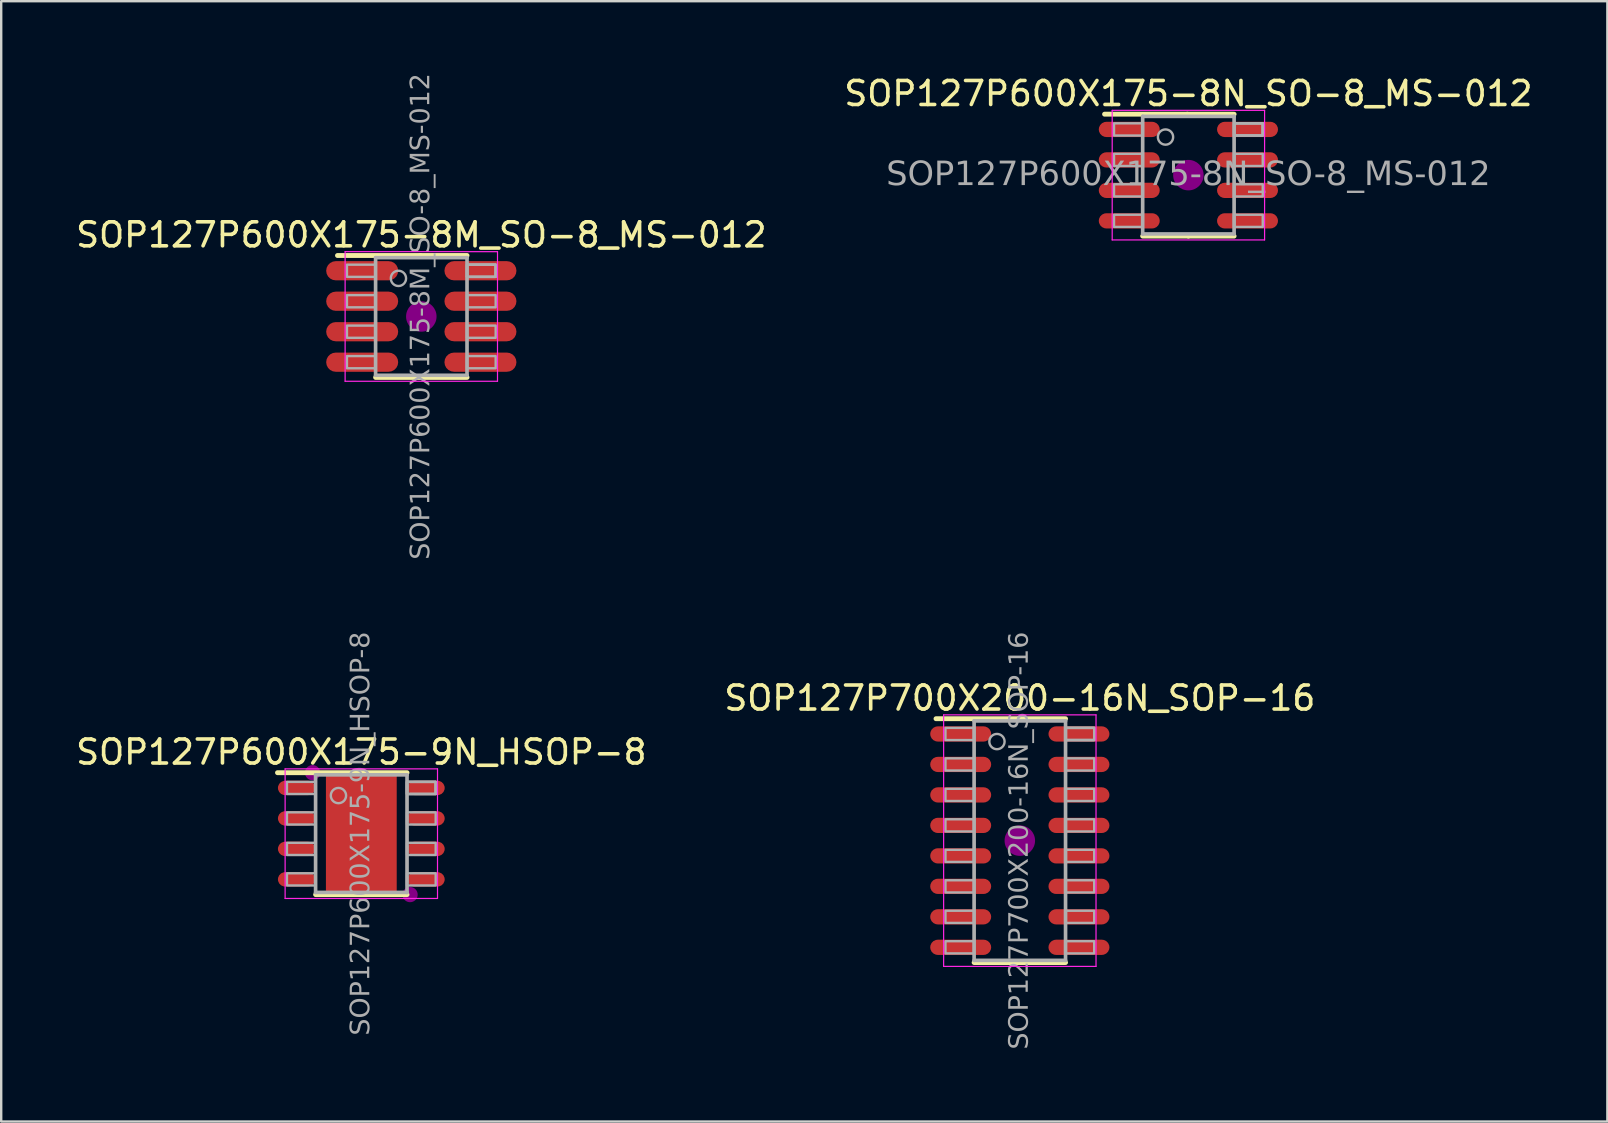
<source format=kicad_pcb>
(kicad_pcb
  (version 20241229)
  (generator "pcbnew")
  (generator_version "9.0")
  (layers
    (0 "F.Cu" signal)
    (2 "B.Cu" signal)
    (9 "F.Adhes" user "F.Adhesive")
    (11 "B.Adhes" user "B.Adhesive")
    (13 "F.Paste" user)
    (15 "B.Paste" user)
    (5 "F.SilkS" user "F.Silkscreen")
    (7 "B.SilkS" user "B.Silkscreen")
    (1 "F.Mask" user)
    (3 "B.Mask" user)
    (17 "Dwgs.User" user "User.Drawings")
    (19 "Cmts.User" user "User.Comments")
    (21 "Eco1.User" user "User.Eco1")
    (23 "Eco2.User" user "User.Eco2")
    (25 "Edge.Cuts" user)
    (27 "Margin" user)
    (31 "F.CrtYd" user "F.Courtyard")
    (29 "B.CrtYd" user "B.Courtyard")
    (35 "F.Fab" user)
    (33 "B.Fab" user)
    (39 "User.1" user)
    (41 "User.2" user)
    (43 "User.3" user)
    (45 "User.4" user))
  (footprint "SOP127P700X200-16N_SOP-16"
    (layer "F.Cu")
    (at 39.446 31.979)
    (property "Reference" "SOP127P700X200-16N_SOP-16" (at 0 -5.94 0) (layer "F.SilkS") (effects (font (size 1 1) (thickness 0.15))))
    (attr smd)
    (fp_line (start -0.043 -5.08) (end -3.493 -5.08) (stroke (width 0.203) (type solid)) (layer "F.SilkS"))
    (fp_line (start -0.043 -5.08) (end 1.905 -5.08) (stroke (width 0.203) (type solid)) (layer "F.SilkS"))
    (fp_line (start 0 5.08) (end -1.905 5.08) (stroke (width 0.203) (type solid)) (layer "F.SilkS"))
    (fp_line (start 0 5.08) (end 1.905 5.08) (stroke (width 0.203) (type solid)) (layer "F.SilkS"))
    (fp_circle (center 0 0) (end 0.635 0) (stroke (width 0) (type solid)) (fill yes) (layer "F.Adhes"))
    (fp_line (start -3.175 -5.24) (end -3.175 5.24) (stroke (width 0.05) (type solid)) (layer "F.CrtYd"))
    (fp_line (start -3.175 5.24) (end 3.175 5.24) (stroke (width 0.05) (type solid)) (layer "F.CrtYd"))
    (fp_line (start 3.175 -5.24) (end -3.175 -5.24) (stroke (width 0.05) (type solid)) (layer "F.CrtYd"))
    (fp_line (start 3.175 5.24) (end 3.175 -5.24) (stroke (width 0.05) (type solid)) (layer "F.CrtYd"))
    (fp_line (start -1.905 -4.99) (end 1.905 -4.99) (stroke (width 0.152) (type solid)) (layer "F.Fab"))
    (fp_line (start -1.905 4.99) (end -1.905 -4.99) (stroke (width 0.152) (type solid)) (layer "F.Fab"))
    (fp_line (start -1.905 4.99) (end 1.905 4.99) (stroke (width 0.152) (type solid)) (layer "F.Fab"))
    (fp_line (start 1.905 4.99) (end 1.905 -4.99) (stroke (width 0.152) (type solid)) (layer "F.Fab"))
    (fp_rect (start -3.099 -4.699) (end -1.905 -4.191) (stroke (width 0.1) (type solid)) (fill no) (layer "F.Fab"))
    (fp_rect (start -3.099 -3.429) (end -1.905 -2.921) (stroke (width 0.1) (type solid)) (fill no) (layer "F.Fab"))
    (fp_rect (start -3.099 -2.159) (end -1.905 -1.651) (stroke (width 0.1) (type solid)) (fill no) (layer "F.Fab"))
    (fp_rect (start -3.099 -0.889) (end -1.905 -0.381) (stroke (width 0.1) (type solid)) (fill no) (layer "F.Fab"))
    (fp_rect (start -3.099 0.381) (end -1.905 0.889) (stroke (width 0.1) (type solid)) (fill no) (layer "F.Fab"))
    (fp_rect (start -3.099 1.651) (end -1.905 2.159) (stroke (width 0.1) (type solid)) (fill no) (layer "F.Fab"))
    (fp_rect (start -3.099 2.921) (end -1.905 3.429) (stroke (width 0.1) (type solid)) (fill no) (layer "F.Fab"))
    (fp_rect (start -3.099 4.191) (end -1.905 4.699) (stroke (width 0.1) (type solid)) (fill no) (layer "F.Fab"))
    (fp_rect (start 3.099 -4.191) (end 1.905 -4.699) (stroke (width 0.1) (type solid)) (fill no) (layer "F.Fab"))
    (fp_rect (start 3.099 -4.191) (end 1.905 -4.699) (stroke (width 0.1) (type solid)) (fill no) (layer "F.Fab"))
    (fp_rect (start 3.099 -4.191) (end 1.905 -4.699) (stroke (width 0.1) (type solid)) (fill no) (layer "F.Fab"))
    (fp_rect (start 3.099 -2.921) (end 1.905 -3.429) (stroke (width 0.1) (type solid)) (fill no) (layer "F.Fab"))
    (fp_rect (start 3.099 -1.651) (end 1.905 -2.159) (stroke (width 0.1) (type solid)) (fill no) (layer "F.Fab"))
    (fp_rect (start 3.099 -0.381) (end 1.905 -0.889) (stroke (width 0.1) (type solid)) (fill no) (layer "F.Fab"))
    (fp_rect (start 3.099 0.889) (end 1.905 0.381) (stroke (width 0.1) (type solid)) (fill no) (layer "F.Fab"))
    (fp_rect (start 3.099 2.159) (end 1.905 1.651) (stroke (width 0.1) (type solid)) (fill no) (layer "F.Fab"))
    (fp_rect (start 3.099 3.429) (end 1.905 2.921) (stroke (width 0.1) (type solid)) (fill no) (layer "F.Fab"))
    (fp_rect (start 3.099 4.699) (end 1.905 4.191) (stroke (width 0.1) (type solid)) (fill no) (layer "F.Fab"))
    (fp_circle (center -0.953 -4.128) (end -0.635 -4.128) (stroke (width 0.1) (type solid)) (fill no) (layer "F.Fab"))
    (fp_text user "${REFERENCE}" (at 0 0 90) (layer "F.Fab") (effects (font (face "Tahoma") (size 0.8 0.8) (thickness 0.15))))
    (pad "1" smd roundrect (at -2.464 -4.445) (size 2.54 0.635) (layers "F.Cu" "F.Mask" "F.Paste") (roundrect_rratio 0.5))
    (pad "2" smd roundrect (at -2.464 -3.175) (size 2.54 0.635) (layers "F.Cu" "F.Mask" "F.Paste") (roundrect_rratio 0.5))
    (pad "3" smd roundrect (at -2.464 -1.905) (size 2.54 0.635) (layers "F.Cu" "F.Mask" "F.Paste") (roundrect_rratio 0.5))
    (pad "4" smd roundrect (at -2.464 -0.635) (size 2.54 0.635) (layers "F.Cu" "F.Mask" "F.Paste") (roundrect_rratio 0.5))
    (pad "5" smd roundrect (at -2.464 0.635) (size 2.54 0.635) (layers "F.Cu" "F.Mask" "F.Paste") (roundrect_rratio 0.5))
    (pad "6" smd roundrect (at -2.464 1.905) (size 2.54 0.635) (layers "F.Cu" "F.Mask" "F.Paste") (roundrect_rratio 0.5))
    (pad "7" smd roundrect (at -2.464 3.175) (size 2.54 0.635) (layers "F.Cu" "F.Mask" "F.Paste") (roundrect_rratio 0.5))
    (pad "8" smd roundrect (at -2.464 4.445) (size 2.54 0.635) (layers "F.Cu" "F.Mask" "F.Paste") (roundrect_rratio 0.5))
    (pad "9" smd roundrect (at 2.464 4.445) (size 2.54 0.635) (layers "F.Cu" "F.Mask" "F.Paste") (roundrect_rratio 0.5))
    (pad "10" smd roundrect (at 2.464 3.175) (size 2.54 0.635) (layers "F.Cu" "F.Mask" "F.Paste") (roundrect_rratio 0.5))
    (pad "11" smd roundrect (at 2.464 1.905) (size 2.54 0.635) (layers "F.Cu" "F.Mask" "F.Paste") (roundrect_rratio 0.5))
    (pad "12" smd roundrect (at 2.464 0.635) (size 2.54 0.635) (layers "F.Cu" "F.Mask" "F.Paste") (roundrect_rratio 0.5))
    (pad "13" smd roundrect (at 2.464 -0.635) (size 2.54 0.635) (layers "F.Cu" "F.Mask" "F.Paste") (roundrect_rratio 0.5))
    (pad "14" smd roundrect (at 2.464 -1.905) (size 2.54 0.635) (layers "F.Cu" "F.Mask" "F.Paste") (roundrect_rratio 0.5))
    (pad "15" smd roundrect (at 2.464 -3.175) (size 2.54 0.635) (layers "F.Cu" "F.Mask" "F.Paste") (roundrect_rratio 0.5))
    (pad "16" smd roundrect (at 2.464 -4.445) (size 2.54 0.635) (layers "F.Cu" "F.Mask" "F.Paste") (roundrect_rratio 0.5)))
  (footprint "SOP127P600X175-9N_HSOP-8"
    (layer "F.Cu")
    (at 12.006 31.688)
    (property "Reference" "SOP127P600X175-9N_HSOP-8" (at 0 -3.4 0) (layer "F.SilkS") (effects (font (size 1 1) (thickness 0.15))))
    (attr smd)
    (fp_line (start -0.043 -2.54) (end -3.493 -2.54) (stroke (width 0.203) (type solid)) (layer "F.SilkS"))
    (fp_line (start -0.043 -2.54) (end 1.905 -2.54) (stroke (width 0.203) (type solid)) (layer "F.SilkS"))
    (fp_line (start 0 2.54) (end -1.905 2.54) (stroke (width 0.203) (type solid)) (layer "F.SilkS"))
    (fp_line (start 0 2.54) (end 1.905 2.54) (stroke (width 0.203) (type solid)) (layer "F.SilkS"))
    (fp_circle (center -2.032 -2.54) (end -1.714 -2.54) (stroke (width 0) (type solid)) (fill yes) (layer "F.Adhes"))
    (fp_circle (center 2.032 2.54) (end 2.349 2.54) (stroke (width 0) (type solid)) (fill yes) (layer "F.Adhes"))
    (fp_line (start -3.175 -2.7) (end -3.175 2.7) (stroke (width 0.05) (type solid)) (layer "F.CrtYd"))
    (fp_line (start -3.175 2.7) (end 3.175 2.7) (stroke (width 0.05) (type solid)) (layer "F.CrtYd"))
    (fp_line (start 3.175 -2.7) (end -3.175 -2.7) (stroke (width 0.05) (type solid)) (layer "F.CrtYd"))
    (fp_line (start 3.175 2.7) (end 3.175 -2.7) (stroke (width 0.05) (type solid)) (layer "F.CrtYd"))
    (fp_line (start -1.905 -2.45) (end 1.905 -2.45) (stroke (width 0.152) (type solid)) (layer "F.Fab"))
    (fp_line (start -1.905 2.45) (end -1.905 -2.45) (stroke (width 0.152) (type solid)) (layer "F.Fab"))
    (fp_line (start -1.905 2.45) (end 1.905 2.45) (stroke (width 0.152) (type solid)) (layer "F.Fab"))
    (fp_line (start 1.905 2.45) (end 1.905 -2.45) (stroke (width 0.152) (type solid)) (layer "F.Fab"))
    (fp_rect (start -3.099 -2.159) (end -1.905 -1.651) (stroke (width 0.1) (type solid)) (fill no) (layer "F.Fab"))
    (fp_rect (start -3.099 -0.889) (end -1.905 -0.381) (stroke (width 0.1) (type solid)) (fill no) (layer "F.Fab"))
    (fp_rect (start -3.099 0.381) (end -1.905 0.889) (stroke (width 0.1) (type solid)) (fill no) (layer "F.Fab"))
    (fp_rect (start -3.099 1.651) (end -1.905 2.159) (stroke (width 0.1) (type solid)) (fill no) (layer "F.Fab"))
    (fp_rect (start 3.099 -1.651) (end 1.905 -2.159) (stroke (width 0.1) (type solid)) (fill no) (layer "F.Fab"))
    (fp_rect (start 3.099 -1.651) (end 1.905 -2.159) (stroke (width 0.1) (type solid)) (fill no) (layer "F.Fab"))
    (fp_rect (start 3.099 -1.651) (end 1.905 -2.159) (stroke (width 0.1) (type solid)) (fill no) (layer "F.Fab"))
    (fp_rect (start 3.099 -0.381) (end 1.905 -0.889) (stroke (width 0.1) (type solid)) (fill no) (layer "F.Fab"))
    (fp_rect (start 3.099 0.889) (end 1.905 0.381) (stroke (width 0.1) (type solid)) (fill no) (layer "F.Fab"))
    (fp_rect (start 3.099 2.159) (end 1.905 1.651) (stroke (width 0.1) (type solid)) (fill no) (layer "F.Fab"))
    (fp_circle (center -0.953 -1.587) (end -0.635 -1.587) (stroke (width 0.1) (type solid)) (fill no) (layer "F.Fab"))
    (fp_text user "${REFERENCE}" (at 0 0 90) (layer "F.Fab") (effects (font (face "Tahoma") (size 0.8 0.8) (thickness 0.15))))
    (pad "" smd rect (at 0 0) (size 2.71 3.4) (layers "F.Mask"))
    (pad "" smd rect (at 0 0) (size 2.71 3.4) (layers "F.Paste"))
    (pad "1" smd roundrect (at -2.7 -1.905) (size 1.55 0.6) (layers "F.Cu" "F.Mask" "F.Paste") (roundrect_rratio 0.5))
    (pad "2" smd roundrect (at -2.7 -0.635) (size 1.55 0.6) (layers "F.Cu" "F.Mask" "F.Paste") (roundrect_rratio 0.5))
    (pad "3" smd roundrect (at -2.7 0.635) (size 1.55 0.6) (layers "F.Cu" "F.Mask" "F.Paste") (roundrect_rratio 0.5))
    (pad "4" smd roundrect (at -2.7 1.905) (size 1.55 0.6) (layers "F.Cu" "F.Mask" "F.Paste") (roundrect_rratio 0.5))
    (pad "5" smd roundrect (at 2.7 1.905) (size 1.55 0.6) (layers "F.Cu" "F.Mask" "F.Paste") (roundrect_rratio 0.5))
    (pad "6" smd roundrect (at 2.7 0.635) (size 1.55 0.6) (layers "F.Cu" "F.Mask" "F.Paste") (roundrect_rratio 0.5))
    (pad "7" smd roundrect (at 2.7 -0.635) (size 1.55 0.6) (layers "F.Cu" "F.Mask" "F.Paste") (roundrect_rratio 0.5))
    (pad "8" smd roundrect (at 2.7 -1.905) (size 1.55 0.6) (layers "F.Cu" "F.Mask" "F.Paste") (roundrect_rratio 0.5))
    (pad "9" smd rect (at 0 0) (size 2.95 4.9) (property pad_prop_heatsink) (layers "F.Cu")))
  (footprint "SOP127P600X175-8N_SO-8_MS-012"
    (layer "F.Cu")
    (at 46.47 4.248)
    (property "Reference" "SOP127P600X175-8N_SO-8_MS-012" (at 0 -3.4 0) (layer "F.SilkS") (effects (font (size 1 1) (thickness 0.15))))
    (attr smd)
    (fp_line (start -0.043 -2.54) (end -3.493 -2.54) (stroke (width 0.203) (type solid)) (layer "F.SilkS"))
    (fp_line (start -0.043 -2.54) (end 1.905 -2.54) (stroke (width 0.203) (type solid)) (layer "F.SilkS"))
    (fp_line (start 0 2.54) (end -1.905 2.54) (stroke (width 0.203) (type solid)) (layer "F.SilkS"))
    (fp_line (start 0 2.54) (end 1.905 2.54) (stroke (width 0.203) (type solid)) (layer "F.SilkS"))
    (fp_circle (center 0 0) (end 0.635 0) (stroke (width 0) (type solid)) (fill yes) (layer "F.Adhes"))
    (fp_line (start -3.175 -2.7) (end -3.175 2.7) (stroke (width 0.05) (type solid)) (layer "F.CrtYd"))
    (fp_line (start -3.175 2.7) (end 3.175 2.7) (stroke (width 0.05) (type solid)) (layer "F.CrtYd"))
    (fp_line (start 3.175 -2.7) (end -3.175 -2.7) (stroke (width 0.05) (type solid)) (layer "F.CrtYd"))
    (fp_line (start 3.175 2.7) (end 3.175 -2.7) (stroke (width 0.05) (type solid)) (layer "F.CrtYd"))
    (fp_line (start -1.905 -2.45) (end 1.905 -2.45) (stroke (width 0.152) (type solid)) (layer "F.Fab"))
    (fp_line (start -1.905 2.45) (end -1.905 -2.45) (stroke (width 0.152) (type solid)) (layer "F.Fab"))
    (fp_line (start -1.905 2.45) (end 1.905 2.45) (stroke (width 0.152) (type solid)) (layer "F.Fab"))
    (fp_line (start 1.905 2.45) (end 1.905 -2.45) (stroke (width 0.152) (type solid)) (layer "F.Fab"))
    (fp_rect (start -3.099 -2.159) (end -1.905 -1.651) (stroke (width 0.1) (type solid)) (fill no) (layer "F.Fab"))
    (fp_rect (start -3.099 -0.889) (end -1.905 -0.381) (stroke (width 0.1) (type solid)) (fill no) (layer "F.Fab"))
    (fp_rect (start -3.099 0.381) (end -1.905 0.889) (stroke (width 0.1) (type solid)) (fill no) (layer "F.Fab"))
    (fp_rect (start -3.099 1.651) (end -1.905 2.159) (stroke (width 0.1) (type solid)) (fill no) (layer "F.Fab"))
    (fp_rect (start 3.099 -1.651) (end 1.905 -2.159) (stroke (width 0.1) (type solid)) (fill no) (layer "F.Fab"))
    (fp_rect (start 3.099 -1.651) (end 1.905 -2.159) (stroke (width 0.1) (type solid)) (fill no) (layer "F.Fab"))
    (fp_rect (start 3.099 -1.651) (end 1.905 -2.159) (stroke (width 0.1) (type solid)) (fill no) (layer "F.Fab"))
    (fp_rect (start 3.099 -0.381) (end 1.905 -0.889) (stroke (width 0.1) (type solid)) (fill no) (layer "F.Fab"))
    (fp_rect (start 3.099 0.889) (end 1.905 0.381) (stroke (width 0.1) (type solid)) (fill no) (layer "F.Fab"))
    (fp_rect (start 3.099 2.159) (end 1.905 1.651) (stroke (width 0.1) (type solid)) (fill no) (layer "F.Fab"))
    (fp_circle (center -0.953 -1.587) (end -0.635 -1.587) (stroke (width 0.1) (type solid)) (fill no) (layer "F.Fab"))
    (fp_text user "${REFERENCE}" (at 0 0 0) (layer "F.Fab") (effects (font (face "Tahoma") (size 1 1) (thickness 0.15))))
    (pad "1" smd roundrect (at -2.464 -1.905) (size 2.54 0.635) (layers "F.Cu" "F.Mask" "F.Paste") (roundrect_rratio 0.5))
    (pad "2" smd roundrect (at -2.464 -0.635) (size 2.54 0.635) (layers "F.Cu" "F.Mask" "F.Paste") (roundrect_rratio 0.5))
    (pad "3" smd roundrect (at -2.464 0.635) (size 2.54 0.635) (layers "F.Cu" "F.Mask" "F.Paste") (roundrect_rratio 0.5))
    (pad "4" smd roundrect (at -2.464 1.905) (size 2.54 0.635) (layers "F.Cu" "F.Mask" "F.Paste") (roundrect_rratio 0.5))
    (pad "5" smd roundrect (at 2.464 1.905) (size 2.54 0.635) (layers "F.Cu" "F.Mask" "F.Paste") (roundrect_rratio 0.5))
    (pad "6" smd roundrect (at 2.464 0.635) (size 2.54 0.635) (layers "F.Cu" "F.Mask" "F.Paste") (roundrect_rratio 0.5))
    (pad "7" smd roundrect (at 2.464 -0.635) (size 2.54 0.635) (layers "F.Cu" "F.Mask" "F.Paste") (roundrect_rratio 0.5))
    (pad "8" smd roundrect (at 2.464 -1.905) (size 2.54 0.635) (layers "F.Cu" "F.Mask" "F.Paste") (roundrect_rratio 0.5)))
  (footprint "SOP127P600X175-8M_SO-8_MS-012"
    (layer "F.Cu")
    (at 14.506 10.137)
    (property "Reference" "SOP127P600X175-8M_SO-8_MS-012" (at 0 -3.4 0) (layer "F.SilkS") (effects (font (size 1 1) (thickness 0.15))))
    (attr smd)
    (fp_line (start -0.043 -2.54) (end -3.493 -2.54) (stroke (width 0.203) (type solid)) (layer "F.SilkS"))
    (fp_line (start -0.043 -2.54) (end 1.905 -2.54) (stroke (width 0.203) (type solid)) (layer "F.SilkS"))
    (fp_line (start 0 2.54) (end -1.905 2.54) (stroke (width 0.203) (type solid)) (layer "F.SilkS"))
    (fp_line (start 0 2.54) (end 1.905 2.54) (stroke (width 0.203) (type solid)) (layer "F.SilkS"))
    (fp_circle (center 0 0) (end 0.635 0) (stroke (width 0) (type solid)) (fill yes) (layer "F.Adhes"))
    (fp_line (start -3.175 -2.7) (end -3.175 2.7) (stroke (width 0.05) (type solid)) (layer "F.CrtYd"))
    (fp_line (start -3.175 2.7) (end 3.175 2.7) (stroke (width 0.05) (type solid)) (layer "F.CrtYd"))
    (fp_line (start 3.175 -2.7) (end -3.175 -2.7) (stroke (width 0.05) (type solid)) (layer "F.CrtYd"))
    (fp_line (start 3.175 2.7) (end 3.175 -2.7) (stroke (width 0.05) (type solid)) (layer "F.CrtYd"))
    (fp_line (start -1.905 -2.45) (end 1.905 -2.45) (stroke (width 0.152) (type solid)) (layer "F.Fab"))
    (fp_line (start -1.905 2.45) (end -1.905 -2.45) (stroke (width 0.152) (type solid)) (layer "F.Fab"))
    (fp_line (start -1.905 2.45) (end 1.905 2.45) (stroke (width 0.152) (type solid)) (layer "F.Fab"))
    (fp_line (start 1.905 2.45) (end 1.905 -2.45) (stroke (width 0.152) (type solid)) (layer "F.Fab"))
    (fp_rect (start -3.099 -2.159) (end -1.905 -1.651) (stroke (width 0.1) (type solid)) (fill no) (layer "F.Fab"))
    (fp_rect (start -3.099 -0.889) (end -1.905 -0.381) (stroke (width 0.1) (type solid)) (fill no) (layer "F.Fab"))
    (fp_rect (start -3.099 0.381) (end -1.905 0.889) (stroke (width 0.1) (type solid)) (fill no) (layer "F.Fab"))
    (fp_rect (start -3.099 1.651) (end -1.905 2.159) (stroke (width 0.1) (type solid)) (fill no) (layer "F.Fab"))
    (fp_rect (start 3.099 -1.651) (end 1.905 -2.159) (stroke (width 0.1) (type solid)) (fill no) (layer "F.Fab"))
    (fp_rect (start 3.099 -1.651) (end 1.905 -2.159) (stroke (width 0.1) (type solid)) (fill no) (layer "F.Fab"))
    (fp_rect (start 3.099 -1.651) (end 1.905 -2.159) (stroke (width 0.1) (type solid)) (fill no) (layer "F.Fab"))
    (fp_rect (start 3.099 -0.381) (end 1.905 -0.889) (stroke (width 0.1) (type solid)) (fill no) (layer "F.Fab"))
    (fp_rect (start 3.099 0.889) (end 1.905 0.381) (stroke (width 0.1) (type solid)) (fill no) (layer "F.Fab"))
    (fp_rect (start 3.099 2.159) (end 1.905 1.651) (stroke (width 0.1) (type solid)) (fill no) (layer "F.Fab"))
    (fp_circle (center -0.953 -1.587) (end -0.635 -1.587) (stroke (width 0.1) (type solid)) (fill no) (layer "F.Fab"))
    (fp_text user "${REFERENCE}" (at 0 0 90) (layer "F.Fab") (effects (font (face "Tahoma") (size 0.8 0.8) (thickness 0.15))))
    (pad "1" smd roundrect (at -2.464 -1.905) (size 3 0.8) (layers "F.Cu" "F.Mask" "F.Paste") (roundrect_rratio 0.5))
    (pad "2" smd roundrect (at -2.464 -0.635) (size 3 0.8) (layers "F.Cu" "F.Mask" "F.Paste") (roundrect_rratio 0.5))
    (pad "3" smd roundrect (at -2.464 0.635) (size 3 0.8) (layers "F.Cu" "F.Mask" "F.Paste") (roundrect_rratio 0.5))
    (pad "4" smd roundrect (at -2.464 1.905) (size 3 0.8) (layers "F.Cu" "F.Mask" "F.Paste") (roundrect_rratio 0.5))
    (pad "5" smd roundrect (at 2.464 1.905) (size 3 0.8) (layers "F.Cu" "F.Mask" "F.Paste") (roundrect_rratio 0.5))
    (pad "6" smd roundrect (at 2.464 0.635) (size 3 0.8) (layers "F.Cu" "F.Mask" "F.Paste") (roundrect_rratio 0.5))
    (pad "7" smd roundrect (at 2.464 -0.635) (size 3 0.8) (layers "F.Cu" "F.Mask" "F.Paste") (roundrect_rratio 0.5))
    (pad "8" smd roundrect (at 2.464 -1.905) (size 3 0.8) (layers "F.Cu" "F.Mask" "F.Paste") (roundrect_rratio 0.5)))
  (gr_rect
    (start -3 -3)
    (end 63.929 43.685)
    (stroke (width 0.1) (type default))
    (fill no)
    (layer "Edge.Cuts")))
</source>
